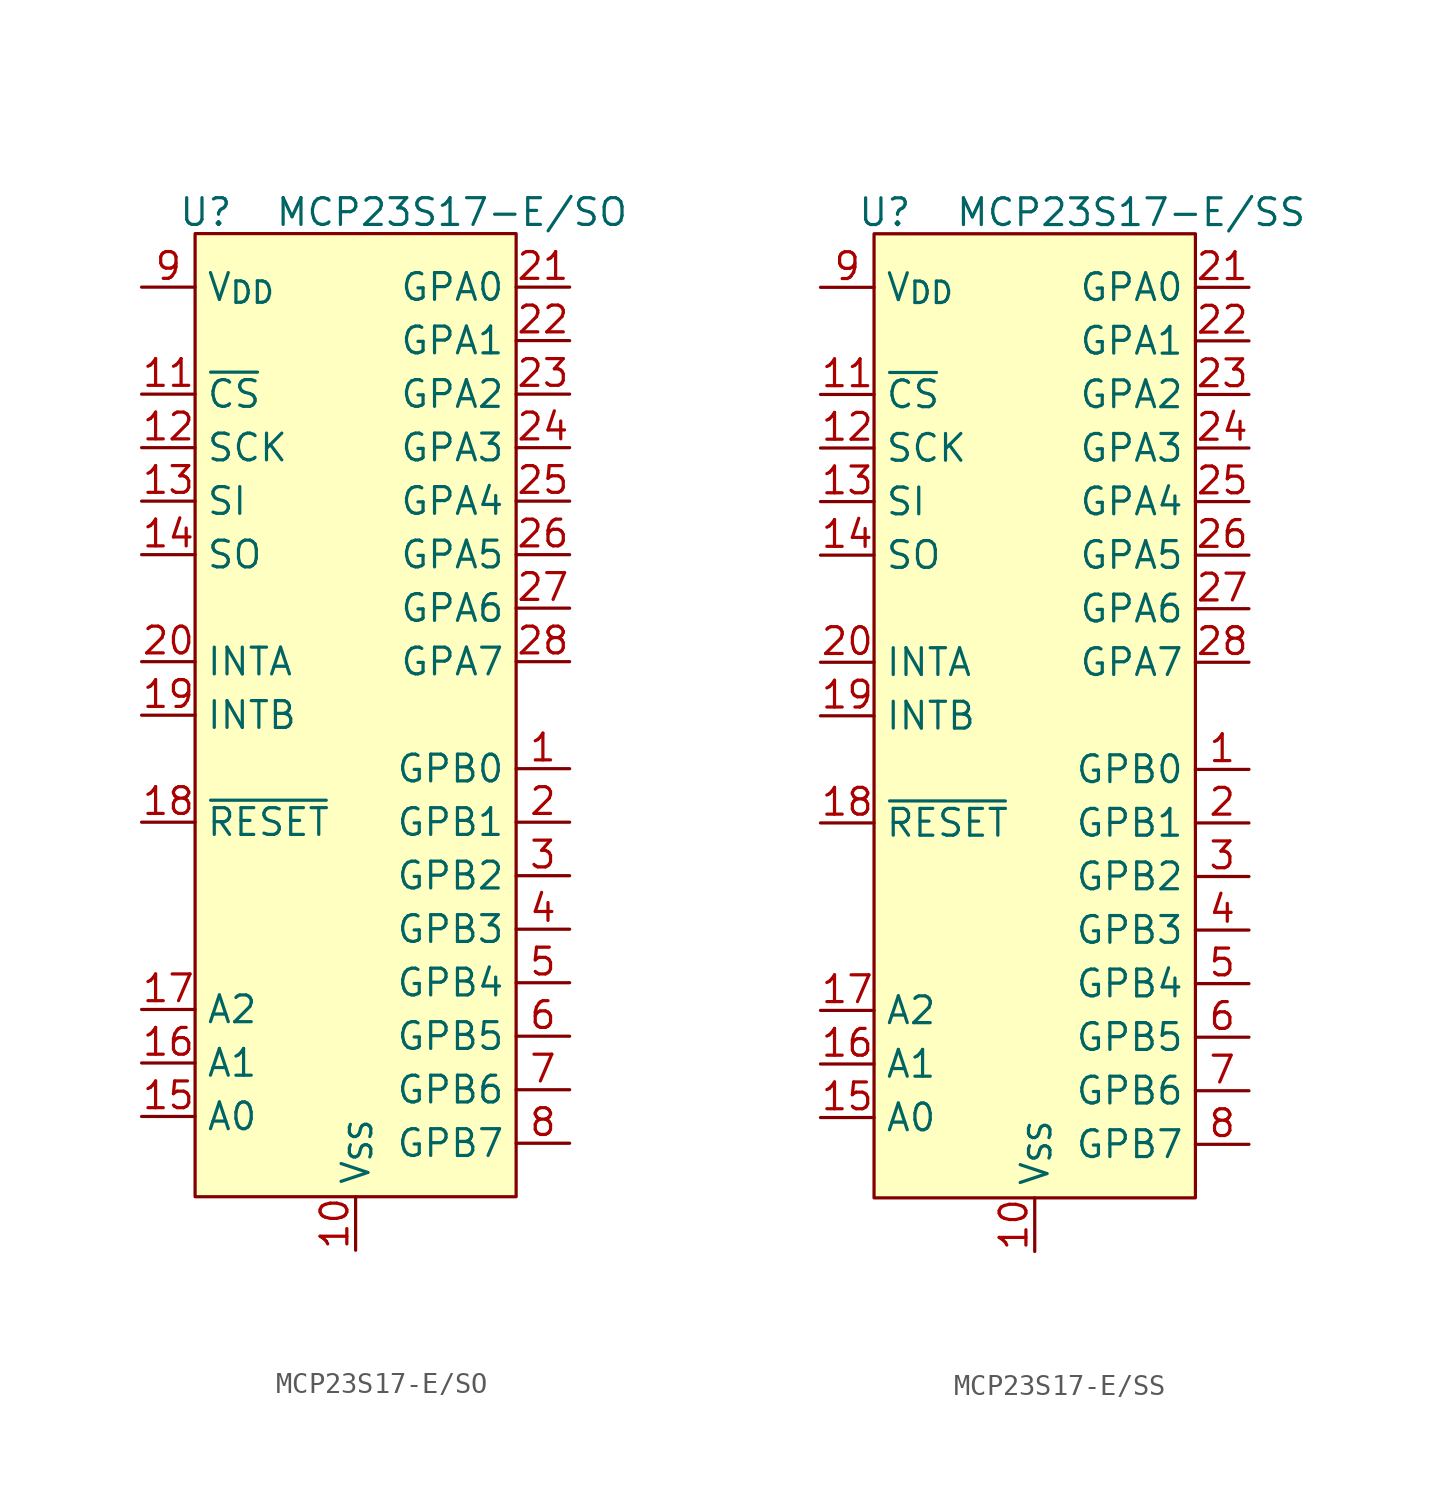
<source format=kicad_sym>
(kicad_symbol_lib
  (version 20231120)
  (generator "kicad_symbol_editor")
  (generator_version "8.0")
  (symbol "MCP23S17-E/SO"
    (property "Reference" "U"
      (at -7.112 23.876 0)
      (effects (font (size 1.27 1.27))))
    (property "Value" "MCP23S17-E/SO"
      (at 4.572 23.876 0)
      (effects (font (size 1.27 1.27))))
    (symbol "MCP23S17-E/SO_1_1"
      (rectangle (start -7.62 22.86) (end 7.62 -22.86) (stroke (width 0) (type default)) (fill (type background)))
      (pin input line (at 10.16 -2.54 180) (length 2.54) (name "GPB0" (effects (font (size 1.27 1.27)))) (number "1" (effects (font (size 1.27 1.27)))))
      (pin input line (at 0 -25.4 90) (length 2.54) (name "V_{SS}" (effects (font (size 1.27 1.27)))) (number "10" (effects (font (size 1.27 1.27)))))
      (pin input line (at -10.16 15.24 0) (length 2.54) (name "~{CS}" (effects (font (size 1.27 1.27)))) (number "11" (effects (font (size 1.27 1.27)))))
      (pin input line (at -10.16 12.7 0) (length 2.54) (name "SCK" (effects (font (size 1.27 1.27)))) (number "12" (effects (font (size 1.27 1.27)))))
      (pin input line (at -10.16 10.16 0) (length 2.54) (name "SI" (effects (font (size 1.27 1.27)))) (number "13" (effects (font (size 1.27 1.27)))))
      (pin input line (at -10.16 7.62 0) (length 2.54) (name "SO" (effects (font (size 1.27 1.27)))) (number "14" (effects (font (size 1.27 1.27)))))
      (pin input line (at -10.16 -19.05 0) (length 2.54) (name "A0" (effects (font (size 1.27 1.27)))) (number "15" (effects (font (size 1.27 1.27)))))
      (pin input line (at -10.16 -16.51 0) (length 2.54) (name "A1" (effects (font (size 1.27 1.27)))) (number "16" (effects (font (size 1.27 1.27)))))
      (pin input line (at -10.16 -13.97 0) (length 2.54) (name "A2" (effects (font (size 1.27 1.27)))) (number "17" (effects (font (size 1.27 1.27)))))
      (pin input line (at -10.16 -5.08 0) (length 2.54) (name "~{RESET}" (effects (font (size 1.27 1.27)))) (number "18" (effects (font (size 1.27 1.27)))))
      (pin input line (at -10.16 0 0) (length 2.54) (name "INTB" (effects (font (size 1.27 1.27)))) (number "19" (effects (font (size 1.27 1.27)))))
      (pin input line (at 10.16 -5.08 180) (length 2.54) (name "GPB1" (effects (font (size 1.27 1.27)))) (number "2" (effects (font (size 1.27 1.27)))))
      (pin input line (at -10.16 2.54 0) (length 2.54) (name "INTA" (effects (font (size 1.27 1.27)))) (number "20" (effects (font (size 1.27 1.27)))))
      (pin input line (at 10.16 20.32 180) (length 2.54) (name "GPA0" (effects (font (size 1.27 1.27)))) (number "21" (effects (font (size 1.27 1.27)))))
      (pin input line (at 10.16 17.78 180) (length 2.54) (name "GPA1" (effects (font (size 1.27 1.27)))) (number "22" (effects (font (size 1.27 1.27)))))
      (pin input line (at 10.16 15.24 180) (length 2.54) (name "GPA2" (effects (font (size 1.27 1.27)))) (number "23" (effects (font (size 1.27 1.27)))))
      (pin input line (at 10.16 12.7 180) (length 2.54) (name "GPA3" (effects (font (size 1.27 1.27)))) (number "24" (effects (font (size 1.27 1.27)))))
      (pin input line (at 10.16 10.16 180) (length 2.54) (name "GPA4" (effects (font (size 1.27 1.27)))) (number "25" (effects (font (size 1.27 1.27)))))
      (pin input line (at 10.16 7.62 180) (length 2.54) (name "GPA5" (effects (font (size 1.27 1.27)))) (number "26" (effects (font (size 1.27 1.27)))))
      (pin input line (at 10.16 5.08 180) (length 2.54) (name "GPA6" (effects (font (size 1.27 1.27)))) (number "27" (effects (font (size 1.27 1.27)))))
      (pin input line (at 10.16 2.54 180) (length 2.54) (name "GPA7" (effects (font (size 1.27 1.27)))) (number "28" (effects (font (size 1.27 1.27)))))
      (pin input line (at 10.16 -7.62 180) (length 2.54) (name "GPB2" (effects (font (size 1.27 1.27)))) (number "3" (effects (font (size 1.27 1.27)))))
      (pin input line (at 10.16 -10.16 180) (length 2.54) (name "GPB3" (effects (font (size 1.27 1.27)))) (number "4" (effects (font (size 1.27 1.27)))))
      (pin input line (at 10.16 -12.7 180) (length 2.54) (name "GPB4" (effects (font (size 1.27 1.27)))) (number "5" (effects (font (size 1.27 1.27)))))
      (pin input line (at 10.16 -15.24 180) (length 2.54) (name "GPB5" (effects (font (size 1.27 1.27)))) (number "6" (effects (font (size 1.27 1.27)))))
      (pin input line (at 10.16 -17.78 180) (length 2.54) (name "GPB6" (effects (font (size 1.27 1.27)))) (number "7" (effects (font (size 1.27 1.27)))))
      (pin input line (at 10.16 -20.32 180) (length 2.54) (name "GPB7" (effects (font (size 1.27 1.27)))) (number "8" (effects (font (size 1.27 1.27)))))
      (pin input line (at -10.16 20.32 0) (length 2.54) (name "V_{DD}" (effects (font (size 1.27 1.27)))) (number "9" (effects (font (size 1.27 1.27)))))))
  (symbol "MCP23S17-E/SS"
    (property "Reference" "U"
      (at -7.112 23.876 0)
      (effects (font (size 1.27 1.27))))
    (property "Value" "MCP23S17-E/SS"
      (at 4.572 23.876 0)
      (effects (font (size 1.27 1.27))))
    (symbol "MCP23S17-E/SS_1_1"
      (rectangle (start -7.62 22.86) (end 7.62 -22.86) (stroke (width 0) (type default)) (fill (type background)))
      (pin input line (at 10.16 -2.54 180) (length 2.54) (name "GPB0" (effects (font (size 1.27 1.27)))) (number "1" (effects (font (size 1.27 1.27)))))
      (pin input line (at 0 -25.4 90) (length 2.54) (name "V_{SS}" (effects (font (size 1.27 1.27)))) (number "10" (effects (font (size 1.27 1.27)))))
      (pin input line (at -10.16 15.24 0) (length 2.54) (name "~{CS}" (effects (font (size 1.27 1.27)))) (number "11" (effects (font (size 1.27 1.27)))))
      (pin input line (at -10.16 12.7 0) (length 2.54) (name "SCK" (effects (font (size 1.27 1.27)))) (number "12" (effects (font (size 1.27 1.27)))))
      (pin input line (at -10.16 10.16 0) (length 2.54) (name "SI" (effects (font (size 1.27 1.27)))) (number "13" (effects (font (size 1.27 1.27)))))
      (pin input line (at -10.16 7.62 0) (length 2.54) (name "SO" (effects (font (size 1.27 1.27)))) (number "14" (effects (font (size 1.27 1.27)))))
      (pin input line (at -10.16 -19.05 0) (length 2.54) (name "A0" (effects (font (size 1.27 1.27)))) (number "15" (effects (font (size 1.27 1.27)))))
      (pin input line (at -10.16 -16.51 0) (length 2.54) (name "A1" (effects (font (size 1.27 1.27)))) (number "16" (effects (font (size 1.27 1.27)))))
      (pin input line (at -10.16 -13.97 0) (length 2.54) (name "A2" (effects (font (size 1.27 1.27)))) (number "17" (effects (font (size 1.27 1.27)))))
      (pin input line (at -10.16 -5.08 0) (length 2.54) (name "~{RESET}" (effects (font (size 1.27 1.27)))) (number "18" (effects (font (size 1.27 1.27)))))
      (pin input line (at -10.16 0 0) (length 2.54) (name "INTB" (effects (font (size 1.27 1.27)))) (number "19" (effects (font (size 1.27 1.27)))))
      (pin input line (at 10.16 -5.08 180) (length 2.54) (name "GPB1" (effects (font (size 1.27 1.27)))) (number "2" (effects (font (size 1.27 1.27)))))
      (pin input line (at -10.16 2.54 0) (length 2.54) (name "INTA" (effects (font (size 1.27 1.27)))) (number "20" (effects (font (size 1.27 1.27)))))
      (pin input line (at 10.16 20.32 180) (length 2.54) (name "GPA0" (effects (font (size 1.27 1.27)))) (number "21" (effects (font (size 1.27 1.27)))))
      (pin input line (at 10.16 17.78 180) (length 2.54) (name "GPA1" (effects (font (size 1.27 1.27)))) (number "22" (effects (font (size 1.27 1.27)))))
      (pin input line (at 10.16 15.24 180) (length 2.54) (name "GPA2" (effects (font (size 1.27 1.27)))) (number "23" (effects (font (size 1.27 1.27)))))
      (pin input line (at 10.16 12.7 180) (length 2.54) (name "GPA3" (effects (font (size 1.27 1.27)))) (number "24" (effects (font (size 1.27 1.27)))))
      (pin input line (at 10.16 10.16 180) (length 2.54) (name "GPA4" (effects (font (size 1.27 1.27)))) (number "25" (effects (font (size 1.27 1.27)))))
      (pin input line (at 10.16 7.62 180) (length 2.54) (name "GPA5" (effects (font (size 1.27 1.27)))) (number "26" (effects (font (size 1.27 1.27)))))
      (pin input line (at 10.16 5.08 180) (length 2.54) (name "GPA6" (effects (font (size 1.27 1.27)))) (number "27" (effects (font (size 1.27 1.27)))))
      (pin input line (at 10.16 2.54 180) (length 2.54) (name "GPA7" (effects (font (size 1.27 1.27)))) (number "28" (effects (font (size 1.27 1.27)))))
      (pin input line (at 10.16 -7.62 180) (length 2.54) (name "GPB2" (effects (font (size 1.27 1.27)))) (number "3" (effects (font (size 1.27 1.27)))))
      (pin input line (at 10.16 -10.16 180) (length 2.54) (name "GPB3" (effects (font (size 1.27 1.27)))) (number "4" (effects (font (size 1.27 1.27)))))
      (pin input line (at 10.16 -12.7 180) (length 2.54) (name "GPB4" (effects (font (size 1.27 1.27)))) (number "5" (effects (font (size 1.27 1.27)))))
      (pin input line (at 10.16 -15.24 180) (length 2.54) (name "GPB5" (effects (font (size 1.27 1.27)))) (number "6" (effects (font (size 1.27 1.27)))))
      (pin input line (at 10.16 -17.78 180) (length 2.54) (name "GPB6" (effects (font (size 1.27 1.27)))) (number "7" (effects (font (size 1.27 1.27)))))
      (pin input line (at 10.16 -20.32 180) (length 2.54) (name "GPB7" (effects (font (size 1.27 1.27)))) (number "8" (effects (font (size 1.27 1.27)))))
      (pin input line (at -10.16 20.32 0) (length 2.54) (name "V_{DD}" (effects (font (size 1.27 1.27)))) (number "9" (effects (font (size 1.27 1.27))))))))
</source>
